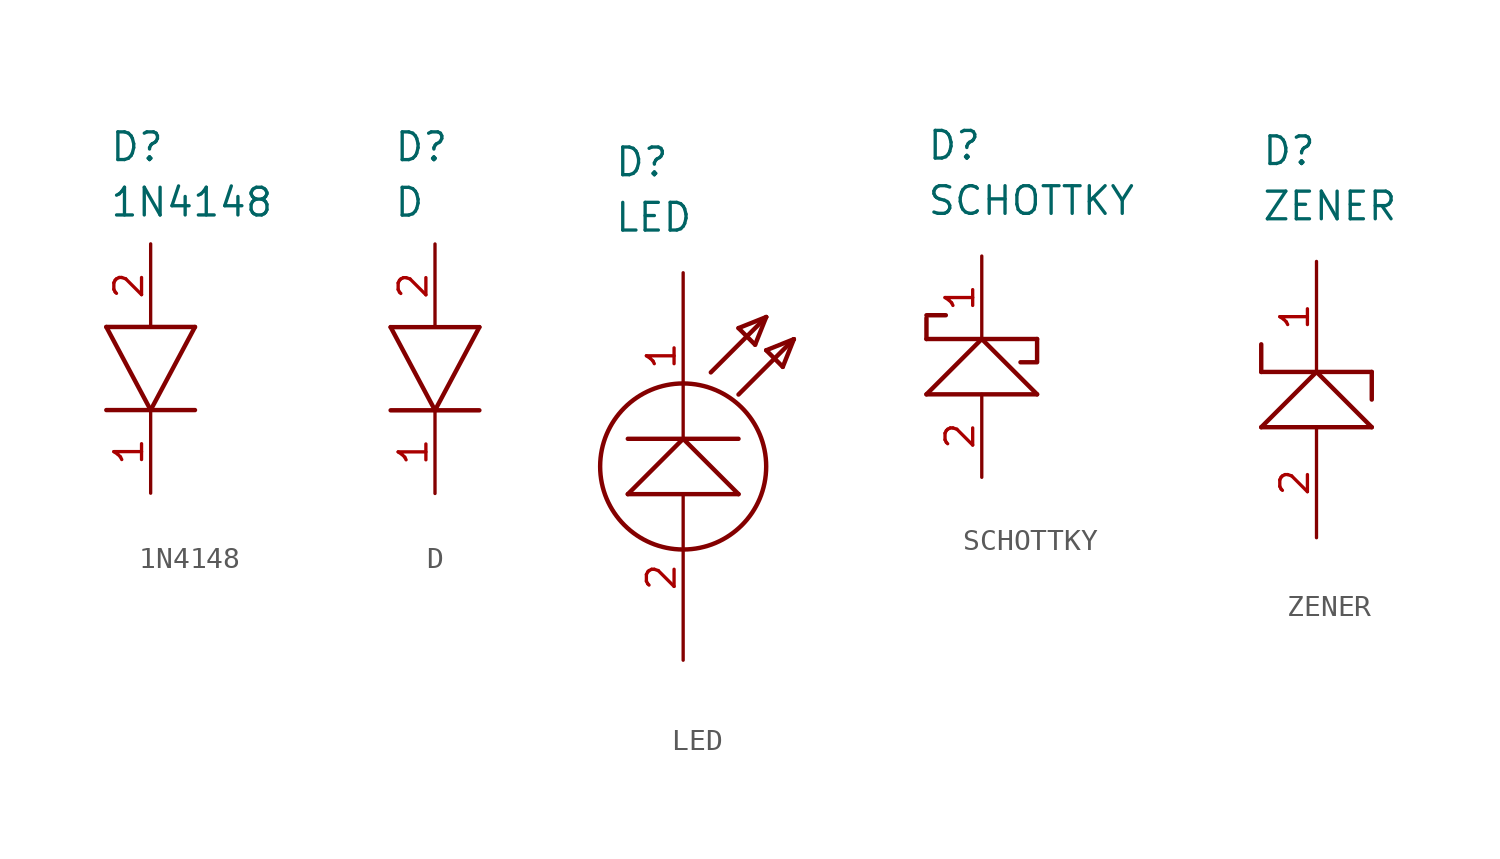
<source format=kicad_sym>
(kicad_symbol_lib
  (version 20211014)
  (generator kicad_symbol_editor)
  (symbol "1N4148"
    (property "Reference" "D"
      (at -1.905 10.795 0)
      (effects (font (size 1.27 1.27)) (justify left)))
    (property "Value" "1N4148"
      (at -1.905 8.255 0)
      (effects (font (size 1.27 1.27)) (justify left)))
    (property "ki_locked" ""
      (at 0 0 0)
      (effects (font (size 1.27 1.27))))
    (symbol "1N4148_0_0"
      (polyline (pts (xy -2.032 -1.27) (xy 2.032 -1.27)) (stroke (width 0.203) (type default) (color 0 0 0 0)) (fill (type none)))
      (polyline (pts (xy -2.032 2.54) (xy 2.032 2.54)) (stroke (width 0.203) (type default) (color 0 0 0 0)) (fill (type none)))
      (polyline (pts (xy 0 -1.27) (xy -2.032 2.54)) (stroke (width 0.203) (type default) (color 0 0 0 0)) (fill (type none)))
      (polyline (pts (xy 2.032 2.54) (xy 0 -1.27)) (stroke (width 0.203) (type default) (color 0 0 0 0)) (fill (type none))))
    (symbol "1N4148_1_0"
      (pin unspecified line (at 0 -5.08 90) (length 3.81) (name "~" (effects (font (size 1.27 1.27)))) (number "1" (effects (font (size 1.27 1.27)))))
      (pin unspecified line (at 0 6.35 270) (length 3.81) (name "~" (effects (font (size 1.27 1.27)))) (number "2" (effects (font (size 1.27 1.27)))))))
  (symbol "D"
    (property "Reference" "D"
      (at -1.905 10.795 0)
      (effects (font (size 1.27 1.27)) (justify left)))
    (property "Value" "D"
      (at -1.905 8.255 0)
      (effects (font (size 1.27 1.27)) (justify left)))
    (property "ki_locked" ""
      (at 0 0 0)
      (effects (font (size 1.27 1.27))))
    (symbol "D_0_0"
      (polyline (pts (xy -2.032 -1.27) (xy 2.032 -1.27)) (stroke (width 0.203) (type default) (color 0 0 0 0)) (fill (type none)))
      (polyline (pts (xy -2.032 2.54) (xy 2.032 2.54)) (stroke (width 0.203) (type default) (color 0 0 0 0)) (fill (type none)))
      (polyline (pts (xy 0 -1.27) (xy -2.032 2.54)) (stroke (width 0.203) (type default) (color 0 0 0 0)) (fill (type none)))
      (polyline (pts (xy 2.032 2.54) (xy 0 -1.27)) (stroke (width 0.203) (type default) (color 0 0 0 0)) (fill (type none))))
    (symbol "D_1_0"
      (pin unspecified line (at 0 -5.08 90) (length 3.81) (name "~" (effects (font (size 1.27 1.27)))) (number "1" (effects (font (size 1.27 1.27)))))
      (pin unspecified line (at 0 6.35 270) (length 3.81) (name "~" (effects (font (size 1.27 1.27)))) (number "2" (effects (font (size 1.27 1.27)))))))
  (symbol "LED"
    (property "Reference" "D"
      (at -4.445 13.97 0)
      (effects (font (size 1.27 1.27)) (justify left)))
    (property "Value" "LED"
      (at -4.445 11.43 0)
      (effects (font (size 1.27 1.27)) (justify left)))
    (property "ki_locked" ""
      (at 0 0 0)
      (effects (font (size 1.27 1.27))))
    (symbol "LED_0_0"
      (circle (center -1.27 0) (radius 3.81) (stroke (width 0.203) (type default) (color 0 0 0 0)) (fill (type none)))
      (polyline (pts (xy -3.81 -1.27) (xy 1.27 -1.27)) (stroke (width 0.203) (type default) (color 0 0 0 0)) (fill (type none)))
      (polyline (pts (xy -3.81 1.27) (xy 1.27 1.27)) (stroke (width 0.203) (type default) (color 0 0 0 0)) (fill (type none)))
      (polyline (pts (xy -1.27 1.27) (xy -3.81 -1.27)) (stroke (width 0.203) (type default) (color 0 0 0 0)) (fill (type none)))
      (polyline (pts (xy 0 4.318) (xy 2.54 6.858)) (stroke (width 0.203) (type default) (color 0 0 0 0)) (fill (type none)))
      (polyline (pts (xy 1.27 -1.27) (xy -1.27 1.27)) (stroke (width 0.203) (type default) (color 0 0 0 0)) (fill (type none)))
      (polyline (pts (xy 1.27 3.302) (xy 3.81 5.842)) (stroke (width 0.203) (type default) (color 0 0 0 0)) (fill (type none)))
      (polyline (pts (xy 1.27 6.35) (xy 2.032 5.588)) (stroke (width 0.203) (type default) (color 0 0 0 0)) (fill (type none)))
      (polyline (pts (xy 2.032 5.588) (xy 2.54 6.858)) (stroke (width 0.203) (type default) (color 0 0 0 0)) (fill (type none)))
      (polyline (pts (xy 2.54 5.334) (xy 3.302 4.572)) (stroke (width 0.203) (type default) (color 0 0 0 0)) (fill (type none)))
      (polyline (pts (xy 2.54 6.858) (xy 1.27 6.35)) (stroke (width 0.203) (type default) (color 0 0 0 0)) (fill (type none)))
      (polyline (pts (xy 3.302 4.572) (xy 3.81 5.842)) (stroke (width 0.203) (type default) (color 0 0 0 0)) (fill (type none)))
      (polyline (pts (xy 3.81 5.842) (xy 2.54 5.334)) (stroke (width 0.203) (type default) (color 0 0 0 0)) (fill (type none))))
    (symbol "LED_1_0"
      (pin unspecified line (at -1.27 8.89 270) (length 7.62) (name "~" (effects (font (size 1.27 1.27)))) (number "1" (effects (font (size 1.27 1.27)))))
      (pin unspecified line (at -1.27 -8.89 90) (length 7.62) (name "~" (effects (font (size 1.27 1.27)))) (number "2" (effects (font (size 1.27 1.27)))))))
  (symbol "SCHOTTKY"
    (property "Reference" "D"
      (at -2.54 10.16 0)
      (effects (font (size 1.27 1.27)) (justify left)))
    (property "Value" "SCHOTTKY"
      (at -2.54 7.62 0)
      (effects (font (size 1.27 1.27)) (justify left)))
    (property "ki_locked" ""
      (at 0 0 0)
      (effects (font (size 1.27 1.27))))
    (symbol "SCHOTTKY_0_0"
      (polyline (pts (xy -2.54 -1.27) (xy 2.54 -1.27)) (stroke (width 0.203) (type default) (color 0 0 0 0)) (fill (type none)))
      (polyline (pts (xy -2.54 1.27) (xy 2.54 1.27)) (stroke (width 0.203) (type default) (color 0 0 0 0)) (fill (type none)))
      (polyline (pts (xy -2.54 2.235) (xy -2.54 1.27)) (stroke (width 0.203) (type default) (color 0 0 0 0)) (fill (type none)))
      (polyline (pts (xy -2.54 2.362) (xy -1.651 2.362)) (stroke (width 0.203) (type default) (color 0 0 0 0)) (fill (type none)))
      (polyline (pts (xy 0 1.27) (xy -2.54 -1.27)) (stroke (width 0.203) (type default) (color 0 0 0 0)) (fill (type none)))
      (polyline (pts (xy 2.54 -1.27) (xy 0 1.27)) (stroke (width 0.203) (type default) (color 0 0 0 0)) (fill (type none)))
      (polyline (pts (xy 2.54 0.203) (xy 1.778 0.203)) (stroke (width 0.203) (type default) (color 0 0 0 0)) (fill (type none)))
      (polyline (pts (xy 2.54 0.254) (xy 2.54 1.27)) (stroke (width 0.203) (type default) (color 0 0 0 0)) (fill (type none))))
    (symbol "SCHOTTKY_1_0"
      (pin unspecified line (at 0 5.08 270) (length 3.81) (name "~" (effects (font (size 1.27 1.27)))) (number "1" (effects (font (size 1.27 1.27)))))
      (pin unspecified line (at 0 -5.08 90) (length 3.81) (name "~" (effects (font (size 1.27 1.27)))) (number "2" (effects (font (size 1.27 1.27)))))))
  (symbol "ZENER"
    (property "Reference" "D"
      (at -2.54 11.43 0)
      (effects (font (size 1.27 1.27)) (justify left)))
    (property "Value" "ZENER"
      (at -2.54 8.89 0)
      (effects (font (size 1.27 1.27)) (justify left)))
    (property "ki_locked" ""
      (at 0 0 0)
      (effects (font (size 1.27 1.27))))
    (symbol "ZENER_0_0"
      (polyline (pts (xy -2.54 -1.27) (xy 2.54 -1.27)) (stroke (width 0.203) (type default) (color 0 0 0 0)) (fill (type none)))
      (polyline (pts (xy -2.54 1.27) (xy -2.54 2.54)) (stroke (width 0.203) (type default) (color 0 0 0 0)) (fill (type none)))
      (polyline (pts (xy -2.54 1.27) (xy 2.54 1.27)) (stroke (width 0.203) (type default) (color 0 0 0 0)) (fill (type none)))
      (polyline (pts (xy 0 1.27) (xy -2.54 -1.27)) (stroke (width 0.203) (type default) (color 0 0 0 0)) (fill (type none)))
      (polyline (pts (xy 2.54 -1.27) (xy 0 1.27)) (stroke (width 0.203) (type default) (color 0 0 0 0)) (fill (type none)))
      (polyline (pts (xy 2.54 1.27) (xy 2.54 0)) (stroke (width 0.203) (type default) (color 0 0 0 0)) (fill (type none))))
    (symbol "ZENER_1_0"
      (pin unspecified line (at 0 6.35 270) (length 5.08) (name "~" (effects (font (size 1.27 1.27)))) (number "1" (effects (font (size 1.27 1.27)))))
      (pin unspecified line (at 0 -6.35 90) (length 5.08) (name "~" (effects (font (size 1.27 1.27)))) (number "2" (effects (font (size 1.27 1.27))))))))
</source>
